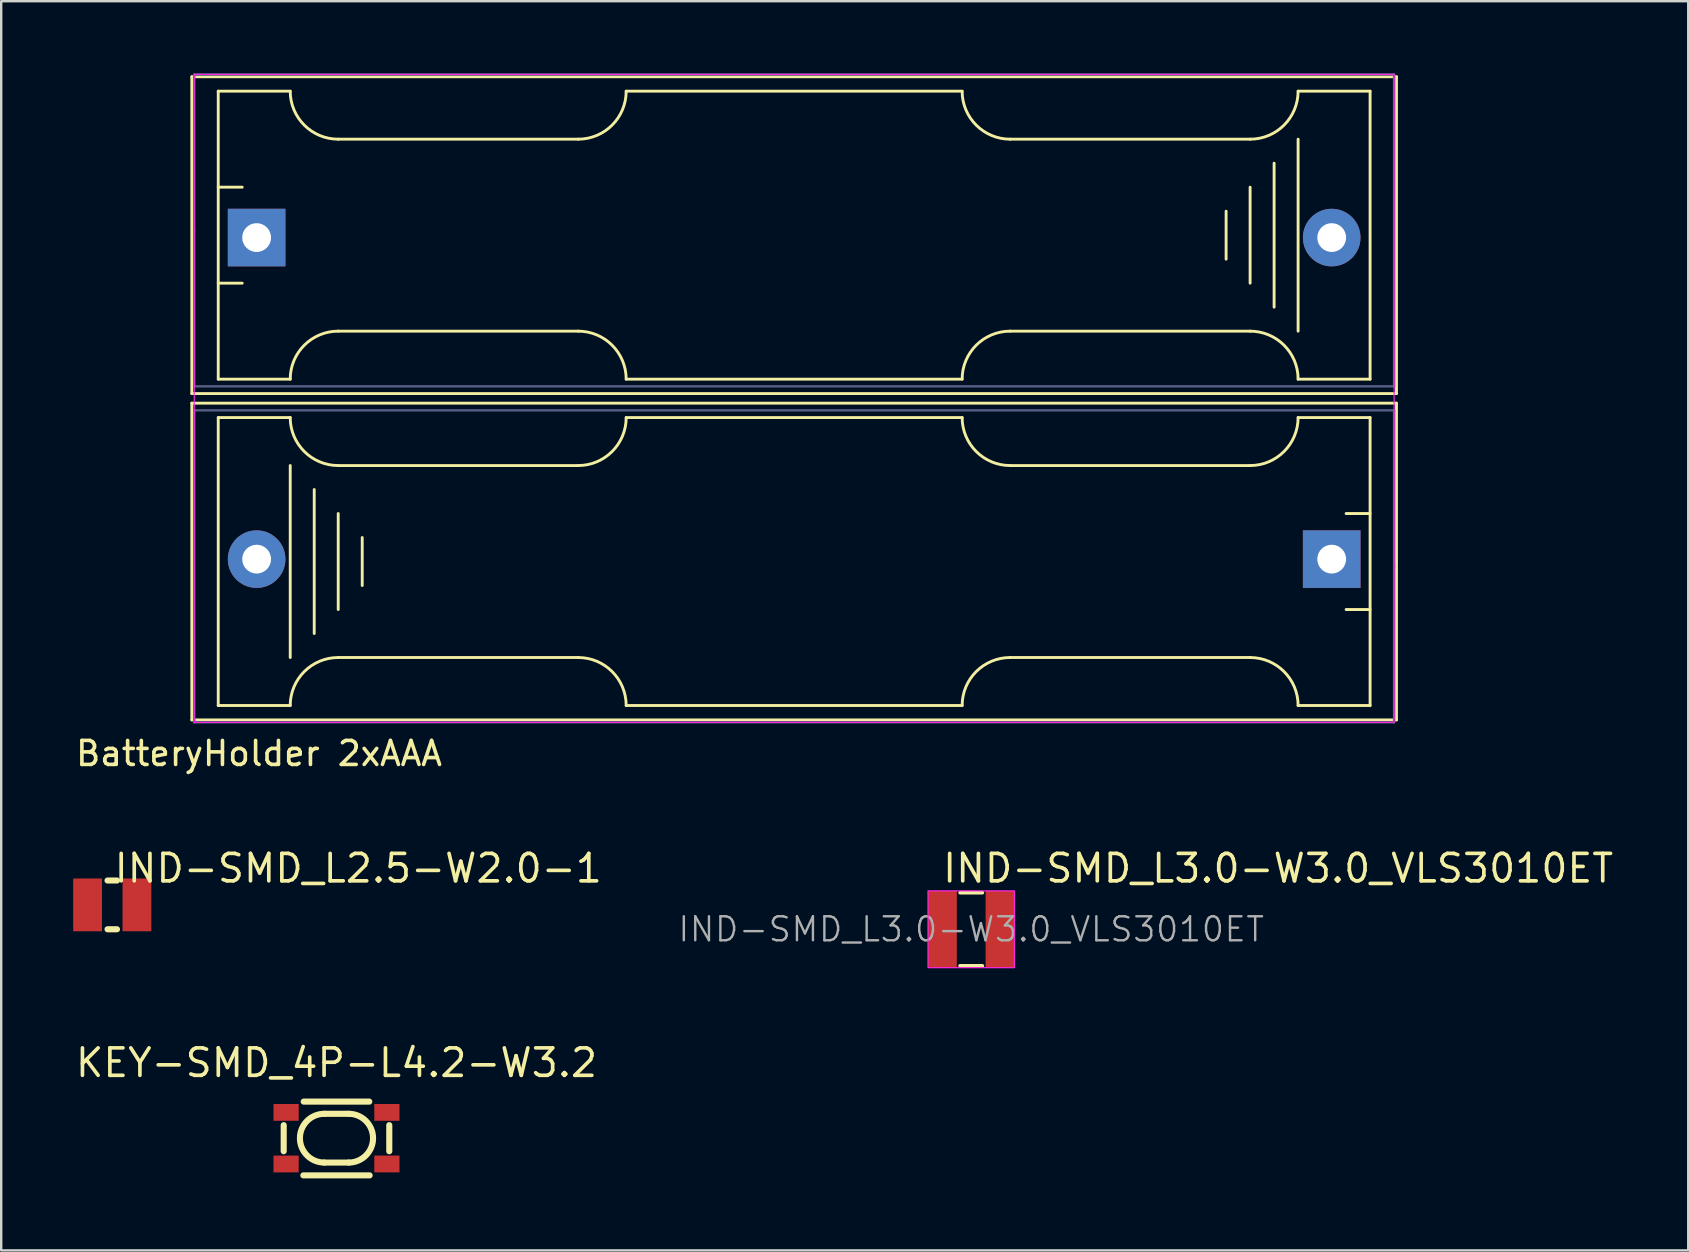
<source format=kicad_pcb>
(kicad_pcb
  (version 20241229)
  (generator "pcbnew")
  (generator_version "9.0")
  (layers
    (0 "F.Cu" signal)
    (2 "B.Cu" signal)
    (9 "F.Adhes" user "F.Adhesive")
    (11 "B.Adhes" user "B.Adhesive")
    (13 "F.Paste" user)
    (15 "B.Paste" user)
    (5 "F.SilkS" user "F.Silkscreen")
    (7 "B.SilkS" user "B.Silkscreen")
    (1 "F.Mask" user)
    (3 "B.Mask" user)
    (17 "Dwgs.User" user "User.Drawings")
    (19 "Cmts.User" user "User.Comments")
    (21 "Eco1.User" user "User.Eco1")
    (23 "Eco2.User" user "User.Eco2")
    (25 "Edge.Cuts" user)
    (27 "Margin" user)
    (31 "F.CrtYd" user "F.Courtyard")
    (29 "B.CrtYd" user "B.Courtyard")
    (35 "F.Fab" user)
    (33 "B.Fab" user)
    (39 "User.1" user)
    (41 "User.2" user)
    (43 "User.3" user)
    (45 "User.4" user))
  (footprint "BatteryHolder 2xAAA"
    (layer "F.Cu")
    (at 30.044 13.55)
    (property "Reference" "BatteryHolder 2xAAA" (at -22.3 14.8 180) (layer "F.SilkS") (effects (font (size 1 1) (thickness 0.15))))
    (attr through_hole)
    (fp_line (start -25.1 -13.4) (end -25.1 -0.2) (stroke (width 0.12) (type solid)) (layer "F.SilkS"))
    (fp_line (start -25.1 -0.2) (end 25.1 -0.2) (stroke (width 0.12) (type solid)) (layer "F.SilkS"))
    (fp_line (start -25.1 0.2) (end -25.1 13.4) (stroke (width 0.12) (type solid)) (layer "F.SilkS"))
    (fp_line (start -25.1 13.4) (end 25.1 13.4) (stroke (width 0.12) (type solid)) (layer "F.SilkS"))
    (fp_line (start -24 -12.8) (end -24 -0.8) (stroke (width 0.12) (type solid)) (layer "F.SilkS"))
    (fp_line (start -24 -12.8) (end -21 -12.8) (stroke (width 0.12) (type solid)) (layer "F.SilkS"))
    (fp_line (start -24 -8.8) (end -23 -8.8) (stroke (width 0.12) (type solid)) (layer "F.SilkS"))
    (fp_line (start -24 -0.8) (end -21 -0.8) (stroke (width 0.12) (type solid)) (layer "F.SilkS"))
    (fp_line (start -24 0.8) (end -21 0.8) (stroke (width 0.12) (type solid)) (layer "F.SilkS"))
    (fp_line (start -24 12.8) (end -24 0.8) (stroke (width 0.12) (type solid)) (layer "F.SilkS"))
    (fp_line (start -24 12.8) (end -21 12.8) (stroke (width 0.12) (type solid)) (layer "F.SilkS"))
    (fp_line (start -23 -4.8) (end -24 -4.8) (stroke (width 0.12) (type solid)) (layer "F.SilkS"))
    (fp_line (start -21 10.8) (end -21 2.8) (stroke (width 0.12) (type solid)) (layer "F.SilkS"))
    (fp_line (start -20 3.8) (end -20 9.8) (stroke (width 0.12) (type solid)) (layer "F.SilkS"))
    (fp_line (start -19 -10.8) (end -9 -10.8) (stroke (width 0.12) (type solid)) (layer "F.SilkS"))
    (fp_line (start -19 -2.8) (end -9 -2.8) (stroke (width 0.12) (type solid)) (layer "F.SilkS"))
    (fp_line (start -19 2.8) (end -9 2.8) (stroke (width 0.12) (type solid)) (layer "F.SilkS"))
    (fp_line (start -19 8.8) (end -19 4.8) (stroke (width 0.12) (type solid)) (layer "F.SilkS"))
    (fp_line (start -19 10.8) (end -9 10.8) (stroke (width 0.12) (type solid)) (layer "F.SilkS"))
    (fp_line (start -18 7.8) (end -18 5.8) (stroke (width 0.12) (type solid)) (layer "F.SilkS"))
    (fp_line (start -7 -0.8) (end 7 -0.8) (stroke (width 0.12) (type solid)) (layer "F.SilkS"))
    (fp_line (start -7 12.8) (end 7 12.8) (stroke (width 0.12) (type solid)) (layer "F.SilkS"))
    (fp_line (start 7 -12.8) (end -7 -12.8) (stroke (width 0.12) (type solid)) (layer "F.SilkS"))
    (fp_line (start 7 0.8) (end -7 0.8) (stroke (width 0.12) (type solid)) (layer "F.SilkS"))
    (fp_line (start 18 -7.8) (end 18 -5.8) (stroke (width 0.12) (type solid)) (layer "F.SilkS"))
    (fp_line (start 19 -10.8) (end 9 -10.8) (stroke (width 0.12) (type solid)) (layer "F.SilkS"))
    (fp_line (start 19 -8.8) (end 19 -4.8) (stroke (width 0.12) (type solid)) (layer "F.SilkS"))
    (fp_line (start 19 -2.8) (end 9 -2.8) (stroke (width 0.12) (type solid)) (layer "F.SilkS"))
    (fp_line (start 19 2.8) (end 9 2.8) (stroke (width 0.12) (type solid)) (layer "F.SilkS"))
    (fp_line (start 19 10.8) (end 9 10.8) (stroke (width 0.12) (type solid)) (layer "F.SilkS"))
    (fp_line (start 20 -3.8) (end 20 -9.8) (stroke (width 0.12) (type solid)) (layer "F.SilkS"))
    (fp_line (start 21 -10.8) (end 21 -2.8) (stroke (width 0.12) (type solid)) (layer "F.SilkS"))
    (fp_line (start 23 4.8) (end 24 4.8) (stroke (width 0.12) (type solid)) (layer "F.SilkS"))
    (fp_line (start 24 -12.8) (end 21 -12.8) (stroke (width 0.12) (type solid)) (layer "F.SilkS"))
    (fp_line (start 24 -12.8) (end 24 -0.8) (stroke (width 0.12) (type solid)) (layer "F.SilkS"))
    (fp_line (start 24 -0.8) (end 21 -0.8) (stroke (width 0.12) (type solid)) (layer "F.SilkS"))
    (fp_line (start 24 0.8) (end 21 0.8) (stroke (width 0.12) (type solid)) (layer "F.SilkS"))
    (fp_line (start 24 8.8) (end 23 8.8) (stroke (width 0.12) (type solid)) (layer "F.SilkS"))
    (fp_line (start 24 12.8) (end 21 12.8) (stroke (width 0.12) (type solid)) (layer "F.SilkS"))
    (fp_line (start 24 12.8) (end 24 0.8) (stroke (width 0.12) (type solid)) (layer "F.SilkS"))
    (fp_line (start 25.1 -13.4) (end -25.1 -13.4) (stroke (width 0.12) (type solid)) (layer "F.SilkS"))
    (fp_line (start 25.1 -0.2) (end 25.1 -13.4) (stroke (width 0.12) (type solid)) (layer "F.SilkS"))
    (fp_line (start 25.1 0.2) (end -25.1 0.2) (stroke (width 0.12) (type solid)) (layer "F.SilkS"))
    (fp_line (start 25.1 13.4) (end 25.1 0.2) (stroke (width 0.12) (type solid)) (layer "F.SilkS"))
    (fp_arc (start -21 -0.8) (mid -20.414214 -2.214214) (end -19 -2.8) (stroke (width 0.12) (type solid)) (layer "F.SilkS"))
    (fp_arc (start -21 12.8) (mid -20.414214 11.385786) (end -19 10.8) (stroke (width 0.12) (type solid)) (layer "F.SilkS"))
    (fp_arc (start -19 -10.8) (mid -20.414214 -11.385786) (end -21 -12.8) (stroke (width 0.12) (type solid)) (layer "F.SilkS"))
    (fp_arc (start -19 2.8) (mid -20.414214 2.214214) (end -21 0.8) (stroke (width 0.12) (type solid)) (layer "F.SilkS"))
    (fp_arc (start -9 -2.8) (mid -7.585786 -2.214214) (end -7 -0.8) (stroke (width 0.12) (type solid)) (layer "F.SilkS"))
    (fp_arc (start -9 10.8) (mid -7.585786 11.385786) (end -7 12.8) (stroke (width 0.12) (type solid)) (layer "F.SilkS"))
    (fp_arc (start -7 -12.8) (mid -7.585786 -11.385786) (end -9 -10.8) (stroke (width 0.12) (type solid)) (layer "F.SilkS"))
    (fp_arc (start -7 0.8) (mid -7.585786 2.214214) (end -9 2.8) (stroke (width 0.12) (type solid)) (layer "F.SilkS"))
    (fp_arc (start 7 -0.8) (mid 7.585786 -2.214214) (end 9 -2.8) (stroke (width 0.12) (type solid)) (layer "F.SilkS"))
    (fp_arc (start 7 12.8) (mid 7.585786 11.385786) (end 9 10.8) (stroke (width 0.12) (type solid)) (layer "F.SilkS"))
    (fp_arc (start 9 -10.8) (mid 7.585786 -11.385786) (end 7 -12.8) (stroke (width 0.12) (type solid)) (layer "F.SilkS"))
    (fp_arc (start 9 2.8) (mid 7.585786 2.214214) (end 7 0.8) (stroke (width 0.12) (type solid)) (layer "F.SilkS"))
    (fp_arc (start 19 -2.8) (mid 20.414214 -2.214214) (end 21 -0.8) (stroke (width 0.12) (type solid)) (layer "F.SilkS"))
    (fp_arc (start 19 10.8) (mid 20.414214 11.385786) (end 21 12.8) (stroke (width 0.12) (type solid)) (layer "F.SilkS"))
    (fp_arc (start 21 -12.8) (mid 20.414214 -11.385786) (end 19 -10.8) (stroke (width 0.12) (type solid)) (layer "F.SilkS"))
    (fp_arc (start 21 0.8) (mid 20.414214 2.214214) (end 19 2.8) (stroke (width 0.12) (type solid)) (layer "F.SilkS"))
    (fp_rect (start 25 13.5) (end -25 -13.5) (stroke (width 0.05) (type default)) (fill no) (layer "F.CrtYd"))
    (fp_line (start -25 -13.5) (end 25 -13.5) (stroke (width 0.1) (type solid)) (layer "B.Fab"))
    (fp_line (start -25 -7) (end -25 -13.5) (stroke (width 0.1) (type solid)) (layer "B.Fab"))
    (fp_line (start -25 -0.5) (end -25 -7) (stroke (width 0.1) (type solid)) (layer "B.Fab"))
    (fp_line (start -25 0.5) (end 25 0.5) (stroke (width 0.1) (type solid)) (layer "B.Fab"))
    (fp_line (start -25 13.5) (end -25 0.5) (stroke (width 0.1) (type solid)) (layer "B.Fab"))
    (fp_line (start 25 -13.5) (end 25 -0.5) (stroke (width 0.1) (type solid)) (layer "B.Fab"))
    (fp_line (start 25 -0.5) (end -25 -0.5) (stroke (width 0.1) (type solid)) (layer "B.Fab"))
    (fp_line (start 25 0.5) (end 25 7) (stroke (width 0.1) (type solid)) (layer "B.Fab"))
    (fp_line (start 25 7) (end 25 13.5) (stroke (width 0.1) (type solid)) (layer "B.Fab"))
    (fp_line (start 25 13.5) (end -25 13.5) (stroke (width 0.1) (type solid)) (layer "B.Fab"))
    (pad "" thru_hole rect (at -22.4 -6.7 180) (size 2.4 2.4) (drill 1.2) (layers "*.Cu" "*.Mask"))
    (pad "" thru_hole circle (at -22.4 6.7) (size 2.4 2.4) (drill 1.2) (layers "*.Cu" "*.Mask"))
    (pad "1" thru_hole rect (at 22.4 6.7) (size 2.4 2.4) (drill 1.2) (layers "*.Cu" "*.Mask"))
    (pad "2" thru_hole circle (at 22.4 -6.7 180) (size 2.4 2.4) (drill 1.2) (layers "*.Cu" "*.Mask")))
  (footprint "IND-SMD_L3.0-W3.0_VLS3010ET"
    (layer "F.Cu")
    (at 37.422 35.674)
    (property "Reference" "IND-SMD_L3.0-W3.0_VLS3010ET" (at -1.27 -2.54 0) (layer "F.SilkS") (effects (font (size 1.143 1.143) (thickness 0.152)) (justify left)))
    (attr smd)
    (fp_line (start -0.464 -1.524) (end 0.464 -1.524) (stroke (width 0.152) (type solid)) (layer "F.SilkS"))
    (fp_line (start -0.464 1.524) (end 0.464 1.524) (stroke (width 0.152) (type solid)) (layer "F.SilkS"))
    (fp_rect (start -1.8 -1.6) (end 1.8 1.6) (stroke (width 0.05) (type default)) (fill no) (layer "F.CrtYd"))
    (fp_text user "${REFERENCE}" (at 0 0 0) (layer "F.Fab") (effects (font (size 1 1) (thickness 0.1))))
    (pad "1" smd rect (at 1.2 0) (size 1.2 3.2) (layers "F.Cu" "F.Mask" "F.Paste"))
    (pad "2" smd rect (at -1.2 0) (size 1.2 3.2) (layers "F.Cu" "F.Mask" "F.Paste")))
  (footprint "IND-SMD_L2.5-W2.0-1"
    (layer "F.Cu")
    (at 1.628 34.658)
    (property "Reference" "IND-SMD_L2.5-W2.0-1" (at 0 -1.524 0) (layer "F.SilkS") (effects (font (size 1.143 1.143) (thickness 0.152)) (justify left)))
    (attr smd)
    (fp_line (start -0.197 1.016) (end 0.197 1.016) (stroke (width 0.254) (type solid)) (layer "F.SilkS"))
    (fp_line (start 0.197 -1.016) (end -0.197 -1.016) (stroke (width 0.254) (type solid)) (layer "F.SilkS"))
    (pad "1" smd rect (at 1.028 0) (size 1.2 2.2) (layers "F.Cu" "F.Mask" "F.Paste"))
    (pad "2" smd rect (at -1.028 0) (size 1.2 2.2) (layers "F.Cu" "F.Mask" "F.Paste")))
  (footprint "KEY-SMD_4P-L4.2-W3.2"
    (layer "F.Cu")
    (at 10.972 44.38)
    (property "Reference" "KEY-SMD_4P-L4.2-W3.2" (at 0 -3.81 0) (layer "F.SilkS") (effects (font (size 1.143 1.143) (thickness 0.152)) (justify top)))
    (attr smd)
    (fp_line (start -2.2 -0.544) (end -2.2 0.544) (stroke (width 0.254) (type solid)) (layer "F.SilkS"))
    (fp_line (start -1.381 1.55) (end 1.381 1.55) (stroke (width 0.254) (type solid)) (layer "F.SilkS"))
    (fp_line (start -0.508 -1.016) (end 0.508 -1.016) (stroke (width 0.254) (type solid)) (layer "F.SilkS"))
    (fp_line (start -0.508 1.016) (end 0.508 1.016) (stroke (width 0.254) (type solid)) (layer "F.SilkS"))
    (fp_line (start 1.366 -1.524) (end -1.366 -1.524) (stroke (width 0.254) (type solid)) (layer "F.SilkS"))
    (fp_line (start 2.2 -0.544) (end 2.2 0.544) (stroke (width 0.254) (type solid)) (layer "F.SilkS"))
    (fp_arc (start -0.508 1.016) (mid -1.524 0) (end -0.508 -1.016) (stroke (width 0.254) (type solid)) (layer "F.SilkS"))
    (fp_arc (start 0.508 -1.016) (mid 1.524 0) (end 0.508 1.016) (stroke (width 0.254) (type solid)) (layer "F.SilkS"))
    (pad "1" smd rect (at -2.1 -1.075) (size 1.05 0.7) (layers "F.Cu" "F.Mask" "F.Paste"))
    (pad "1" smd rect (at 2.1 -1.075) (size 1.05 0.7) (layers "F.Cu" "F.Mask" "F.Paste"))
    (pad "2" smd rect (at -2.1 1.075) (size 1.05 0.7) (layers "F.Cu" "F.Mask" "F.Paste"))
    (pad "2" smd rect (at 2.1 1.075) (size 1.05 0.7) (layers "F.Cu" "F.Mask" "F.Paste")))
  (gr_rect
    (start -3 -3)
    (end 67.301 49.057)
    (stroke (width 0.1) (type default))
    (fill no)
    (layer "Edge.Cuts")))
</source>
